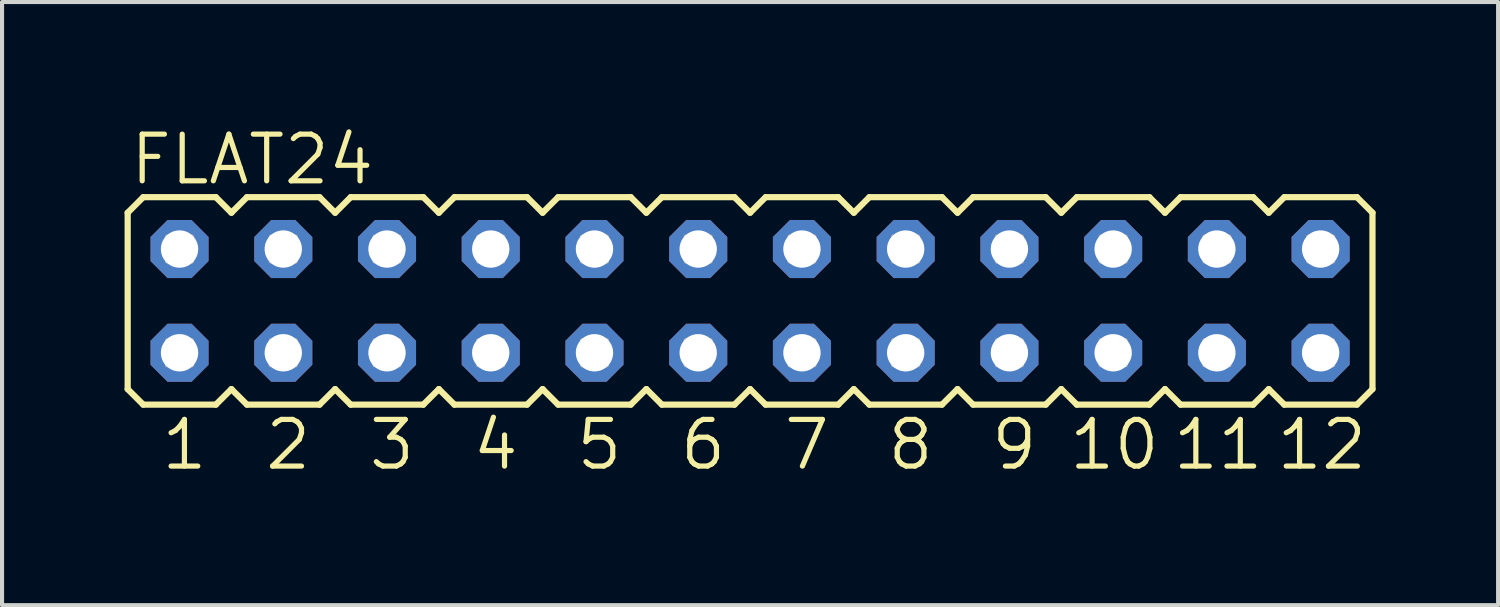
<source format=kicad_pcb>
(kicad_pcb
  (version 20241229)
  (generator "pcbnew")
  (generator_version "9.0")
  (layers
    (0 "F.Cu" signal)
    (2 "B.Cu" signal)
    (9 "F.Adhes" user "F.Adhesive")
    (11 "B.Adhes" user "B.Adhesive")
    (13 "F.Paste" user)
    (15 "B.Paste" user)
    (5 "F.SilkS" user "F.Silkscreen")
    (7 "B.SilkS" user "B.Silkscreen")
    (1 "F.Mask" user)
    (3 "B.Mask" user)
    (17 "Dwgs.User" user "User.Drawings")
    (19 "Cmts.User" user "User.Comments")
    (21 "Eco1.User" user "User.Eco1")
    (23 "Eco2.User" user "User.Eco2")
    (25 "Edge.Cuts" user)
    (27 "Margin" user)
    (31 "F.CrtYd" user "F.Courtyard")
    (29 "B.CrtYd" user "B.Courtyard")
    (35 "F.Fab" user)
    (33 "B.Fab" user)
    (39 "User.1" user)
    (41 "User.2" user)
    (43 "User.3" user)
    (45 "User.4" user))
  (footprint "FLAT24"
    (layer "F.Cu")
    (at 15.316 4.318)
    (property "Reference" "FLAT24" (at -15.24 -2.794 0) (layer "F.SilkS") (effects (font (size 1.143 1.143) (thickness 0.127)) (justify left bottom)))
    (fp_line (start -15.24 -2.159) (end -14.859 -2.54) (stroke (width 0.152) (type solid)) (layer "F.SilkS"))
    (fp_line (start -15.24 2.159) (end -15.24 -2.159) (stroke (width 0.152) (type solid)) (layer "F.SilkS"))
    (fp_line (start -15.24 2.159) (end -14.859 2.54) (stroke (width 0.152) (type solid)) (layer "F.SilkS"))
    (fp_line (start -14.859 -2.54) (end -13.081 -2.54) (stroke (width 0.152) (type solid)) (layer "F.SilkS"))
    (fp_line (start -14.859 2.54) (end -13.081 2.54) (stroke (width 0.152) (type solid)) (layer "F.SilkS"))
    (fp_line (start -13.081 -2.54) (end -12.7 -2.159) (stroke (width 0.152) (type solid)) (layer "F.SilkS"))
    (fp_line (start -12.7 -2.159) (end -12.319 -2.54) (stroke (width 0.152) (type solid)) (layer "F.SilkS"))
    (fp_line (start -12.7 2.159) (end -13.081 2.54) (stroke (width 0.152) (type solid)) (layer "F.SilkS"))
    (fp_line (start -12.7 2.159) (end -12.319 2.54) (stroke (width 0.152) (type solid)) (layer "F.SilkS"))
    (fp_line (start -12.319 -2.54) (end -10.541 -2.54) (stroke (width 0.152) (type solid)) (layer "F.SilkS"))
    (fp_line (start -10.541 2.54) (end -12.319 2.54) (stroke (width 0.152) (type solid)) (layer "F.SilkS"))
    (fp_line (start -10.16 -2.159) (end -10.541 -2.54) (stroke (width 0.152) (type solid)) (layer "F.SilkS"))
    (fp_line (start -10.16 -2.159) (end -9.779 -2.54) (stroke (width 0.152) (type solid)) (layer "F.SilkS"))
    (fp_line (start -10.16 2.159) (end -10.541 2.54) (stroke (width 0.152) (type solid)) (layer "F.SilkS"))
    (fp_line (start -10.16 2.159) (end -9.779 2.54) (stroke (width 0.152) (type solid)) (layer "F.SilkS"))
    (fp_line (start -9.779 -2.54) (end -8.001 -2.54) (stroke (width 0.152) (type solid)) (layer "F.SilkS"))
    (fp_line (start -8.001 2.54) (end -9.779 2.54) (stroke (width 0.152) (type solid)) (layer "F.SilkS"))
    (fp_line (start -8.001 2.54) (end -7.62 2.159) (stroke (width 0.152) (type solid)) (layer "F.SilkS"))
    (fp_line (start -7.62 -2.159) (end -8.001 -2.54) (stroke (width 0.152) (type solid)) (layer "F.SilkS"))
    (fp_line (start -7.62 -2.159) (end -7.239 -2.54) (stroke (width 0.152) (type solid)) (layer "F.SilkS"))
    (fp_line (start -7.62 2.159) (end -7.239 2.54) (stroke (width 0.152) (type solid)) (layer "F.SilkS"))
    (fp_line (start -7.239 -2.54) (end -5.461 -2.54) (stroke (width 0.152) (type solid)) (layer "F.SilkS"))
    (fp_line (start -5.461 2.54) (end -7.239 2.54) (stroke (width 0.152) (type solid)) (layer "F.SilkS"))
    (fp_line (start -5.461 2.54) (end -5.08 2.159) (stroke (width 0.152) (type solid)) (layer "F.SilkS"))
    (fp_line (start -5.08 -2.159) (end -5.461 -2.54) (stroke (width 0.152) (type solid)) (layer "F.SilkS"))
    (fp_line (start -5.08 -2.159) (end -4.699 -2.54) (stroke (width 0.152) (type solid)) (layer "F.SilkS"))
    (fp_line (start -5.08 2.159) (end -4.699 2.54) (stroke (width 0.152) (type solid)) (layer "F.SilkS"))
    (fp_line (start -4.699 -2.54) (end -2.921 -2.54) (stroke (width 0.152) (type solid)) (layer "F.SilkS"))
    (fp_line (start -2.921 2.54) (end -4.699 2.54) (stroke (width 0.152) (type solid)) (layer "F.SilkS"))
    (fp_line (start -2.921 2.54) (end -2.54 2.159) (stroke (width 0.152) (type solid)) (layer "F.SilkS"))
    (fp_line (start -2.54 -2.159) (end -2.921 -2.54) (stroke (width 0.152) (type solid)) (layer "F.SilkS"))
    (fp_line (start -2.54 -2.159) (end -2.159 -2.54) (stroke (width 0.152) (type solid)) (layer "F.SilkS"))
    (fp_line (start -2.54 2.159) (end -2.159 2.54) (stroke (width 0.152) (type solid)) (layer "F.SilkS"))
    (fp_line (start -2.159 -2.54) (end -0.381 -2.54) (stroke (width 0.152) (type solid)) (layer "F.SilkS"))
    (fp_line (start -0.381 2.54) (end -2.159 2.54) (stroke (width 0.152) (type solid)) (layer "F.SilkS"))
    (fp_line (start -0.381 2.54) (end 0 2.159) (stroke (width 0.152) (type solid)) (layer "F.SilkS"))
    (fp_line (start 0 -2.159) (end -0.381 -2.54) (stroke (width 0.152) (type solid)) (layer "F.SilkS"))
    (fp_line (start 0 -2.159) (end 0.381 -2.54) (stroke (width 0.152) (type solid)) (layer "F.SilkS"))
    (fp_line (start 0 2.159) (end 0.381 2.54) (stroke (width 0.152) (type solid)) (layer "F.SilkS"))
    (fp_line (start 0.381 -2.54) (end 2.159 -2.54) (stroke (width 0.152) (type solid)) (layer "F.SilkS"))
    (fp_line (start 2.159 2.54) (end 0.381 2.54) (stroke (width 0.152) (type solid)) (layer "F.SilkS"))
    (fp_line (start 2.159 2.54) (end 2.54 2.159) (stroke (width 0.152) (type solid)) (layer "F.SilkS"))
    (fp_line (start 2.54 -2.159) (end 2.159 -2.54) (stroke (width 0.152) (type solid)) (layer "F.SilkS"))
    (fp_line (start 2.54 -2.159) (end 2.921 -2.54) (stroke (width 0.152) (type solid)) (layer "F.SilkS"))
    (fp_line (start 2.54 2.159) (end 2.921 2.54) (stroke (width 0.152) (type solid)) (layer "F.SilkS"))
    (fp_line (start 2.921 -2.54) (end 4.699 -2.54) (stroke (width 0.152) (type solid)) (layer "F.SilkS"))
    (fp_line (start 4.699 2.54) (end 2.921 2.54) (stroke (width 0.152) (type solid)) (layer "F.SilkS"))
    (fp_line (start 4.699 2.54) (end 5.08 2.159) (stroke (width 0.152) (type solid)) (layer "F.SilkS"))
    (fp_line (start 5.08 -2.159) (end 4.699 -2.54) (stroke (width 0.152) (type solid)) (layer "F.SilkS"))
    (fp_line (start 5.08 -2.159) (end 5.461 -2.54) (stroke (width 0.152) (type solid)) (layer "F.SilkS"))
    (fp_line (start 5.08 2.159) (end 5.461 2.54) (stroke (width 0.152) (type solid)) (layer "F.SilkS"))
    (fp_line (start 5.461 -2.54) (end 7.239 -2.54) (stroke (width 0.152) (type solid)) (layer "F.SilkS"))
    (fp_line (start 7.239 2.54) (end 5.461 2.54) (stroke (width 0.152) (type solid)) (layer "F.SilkS"))
    (fp_line (start 7.239 2.54) (end 7.62 2.159) (stroke (width 0.152) (type solid)) (layer "F.SilkS"))
    (fp_line (start 7.62 -2.159) (end 7.239 -2.54) (stroke (width 0.152) (type solid)) (layer "F.SilkS"))
    (fp_line (start 7.62 -2.159) (end 8.001 -2.54) (stroke (width 0.152) (type solid)) (layer "F.SilkS"))
    (fp_line (start 7.62 2.159) (end 8.001 2.54) (stroke (width 0.152) (type solid)) (layer "F.SilkS"))
    (fp_line (start 8.001 -2.54) (end 9.779 -2.54) (stroke (width 0.152) (type solid)) (layer "F.SilkS"))
    (fp_line (start 9.779 2.54) (end 8.001 2.54) (stroke (width 0.152) (type solid)) (layer "F.SilkS"))
    (fp_line (start 9.779 2.54) (end 10.16 2.159) (stroke (width 0.152) (type solid)) (layer "F.SilkS"))
    (fp_line (start 10.16 -2.159) (end 9.779 -2.54) (stroke (width 0.152) (type solid)) (layer "F.SilkS"))
    (fp_line (start 10.16 -2.159) (end 10.541 -2.54) (stroke (width 0.152) (type solid)) (layer "F.SilkS"))
    (fp_line (start 10.16 2.159) (end 10.541 2.54) (stroke (width 0.152) (type solid)) (layer "F.SilkS"))
    (fp_line (start 10.541 -2.54) (end 12.319 -2.54) (stroke (width 0.152) (type solid)) (layer "F.SilkS"))
    (fp_line (start 12.319 2.54) (end 10.541 2.54) (stroke (width 0.152) (type solid)) (layer "F.SilkS"))
    (fp_line (start 12.319 2.54) (end 12.7 2.159) (stroke (width 0.152) (type solid)) (layer "F.SilkS"))
    (fp_line (start 12.7 -2.159) (end 12.319 -2.54) (stroke (width 0.152) (type solid)) (layer "F.SilkS"))
    (fp_line (start 12.7 -2.159) (end 13.081 -2.54) (stroke (width 0.152) (type solid)) (layer "F.SilkS"))
    (fp_line (start 12.7 2.159) (end 13.081 2.54) (stroke (width 0.152) (type solid)) (layer "F.SilkS"))
    (fp_line (start 13.081 -2.54) (end 14.859 -2.54) (stroke (width 0.152) (type solid)) (layer "F.SilkS"))
    (fp_line (start 14.859 2.54) (end 13.081 2.54) (stroke (width 0.152) (type solid)) (layer "F.SilkS"))
    (fp_line (start 14.859 2.54) (end 15.24 2.159) (stroke (width 0.152) (type solid)) (layer "F.SilkS"))
    (fp_line (start 15.24 -2.159) (end 14.859 -2.54) (stroke (width 0.152) (type solid)) (layer "F.SilkS"))
    (fp_line (start 15.24 2.159) (end 15.24 -2.159) (stroke (width 0.152) (type solid)) (layer "F.SilkS"))
    (fp_poly (pts (xy -14.275 -0.965) (xy -13.665 -0.965) (xy -13.665 -1.575) (xy -14.275 -1.575)) (stroke (width 0.1) (type default)) (fill no) (layer "F.Fab"))
    (fp_poly (pts (xy -14.275 1.575) (xy -13.665 1.575) (xy -13.665 0.965) (xy -14.275 0.965)) (stroke (width 0.1) (type default)) (fill no) (layer "F.Fab"))
    (fp_poly (pts (xy -11.735 -0.965) (xy -11.125 -0.965) (xy -11.125 -1.575) (xy -11.735 -1.575)) (stroke (width 0.1) (type default)) (fill no) (layer "F.Fab"))
    (fp_poly (pts (xy -11.735 1.575) (xy -11.125 1.575) (xy -11.125 0.965) (xy -11.735 0.965)) (stroke (width 0.1) (type default)) (fill no) (layer "F.Fab"))
    (fp_poly (pts (xy -9.195 -0.965) (xy -8.585 -0.965) (xy -8.585 -1.575) (xy -9.195 -1.575)) (stroke (width 0.1) (type default)) (fill no) (layer "F.Fab"))
    (fp_poly (pts (xy -9.195 1.575) (xy -8.585 1.575) (xy -8.585 0.965) (xy -9.195 0.965)) (stroke (width 0.1) (type default)) (fill no) (layer "F.Fab"))
    (fp_poly (pts (xy -6.655 -0.965) (xy -6.045 -0.965) (xy -6.045 -1.575) (xy -6.655 -1.575)) (stroke (width 0.1) (type default)) (fill no) (layer "F.Fab"))
    (fp_poly (pts (xy -6.655 1.575) (xy -6.045 1.575) (xy -6.045 0.965) (xy -6.655 0.965)) (stroke (width 0.1) (type default)) (fill no) (layer "F.Fab"))
    (fp_poly (pts (xy -4.115 -0.965) (xy -3.505 -0.965) (xy -3.505 -1.575) (xy -4.115 -1.575)) (stroke (width 0.1) (type default)) (fill no) (layer "F.Fab"))
    (fp_poly (pts (xy -4.115 1.575) (xy -3.505 1.575) (xy -3.505 0.965) (xy -4.115 0.965)) (stroke (width 0.1) (type default)) (fill no) (layer "F.Fab"))
    (fp_poly (pts (xy -1.575 -0.965) (xy -0.965 -0.965) (xy -0.965 -1.575) (xy -1.575 -1.575)) (stroke (width 0.1) (type default)) (fill no) (layer "F.Fab"))
    (fp_poly (pts (xy -1.575 1.575) (xy -0.965 1.575) (xy -0.965 0.965) (xy -1.575 0.965)) (stroke (width 0.1) (type default)) (fill no) (layer "F.Fab"))
    (fp_poly (pts (xy 0.965 -0.965) (xy 1.575 -0.965) (xy 1.575 -1.575) (xy 0.965 -1.575)) (stroke (width 0.1) (type default)) (fill no) (layer "F.Fab"))
    (fp_poly (pts (xy 0.965 1.575) (xy 1.575 1.575) (xy 1.575 0.965) (xy 0.965 0.965)) (stroke (width 0.1) (type default)) (fill no) (layer "F.Fab"))
    (fp_poly (pts (xy 3.505 -0.965) (xy 4.115 -0.965) (xy 4.115 -1.575) (xy 3.505 -1.575)) (stroke (width 0.1) (type default)) (fill no) (layer "F.Fab"))
    (fp_poly (pts (xy 3.505 1.575) (xy 4.115 1.575) (xy 4.115 0.965) (xy 3.505 0.965)) (stroke (width 0.1) (type default)) (fill no) (layer "F.Fab"))
    (fp_poly (pts (xy 6.045 -0.965) (xy 6.655 -0.965) (xy 6.655 -1.575) (xy 6.045 -1.575)) (stroke (width 0.1) (type default)) (fill no) (layer "F.Fab"))
    (fp_poly (pts (xy 6.045 1.575) (xy 6.655 1.575) (xy 6.655 0.965) (xy 6.045 0.965)) (stroke (width 0.1) (type default)) (fill no) (layer "F.Fab"))
    (fp_poly (pts (xy 8.585 -0.965) (xy 9.195 -0.965) (xy 9.195 -1.575) (xy 8.585 -1.575)) (stroke (width 0.1) (type default)) (fill no) (layer "F.Fab"))
    (fp_poly (pts (xy 8.585 1.575) (xy 9.195 1.575) (xy 9.195 0.965) (xy 8.585 0.965)) (stroke (width 0.1) (type default)) (fill no) (layer "F.Fab"))
    (fp_poly (pts (xy 11.125 -0.965) (xy 11.735 -0.965) (xy 11.735 -1.575) (xy 11.125 -1.575)) (stroke (width 0.1) (type default)) (fill no) (layer "F.Fab"))
    (fp_poly (pts (xy 11.125 1.575) (xy 11.735 1.575) (xy 11.735 0.965) (xy 11.125 0.965)) (stroke (width 0.1) (type default)) (fill no) (layer "F.Fab"))
    (fp_poly (pts (xy 13.665 -0.965) (xy 14.275 -0.965) (xy 14.275 -1.575) (xy 13.665 -1.575)) (stroke (width 0.1) (type default)) (fill no) (layer "F.Fab"))
    (fp_poly (pts (xy 13.665 1.575) (xy 14.275 1.575) (xy 14.275 0.965) (xy 13.665 0.965)) (stroke (width 0.1) (type default)) (fill no) (layer "F.Fab"))
    (fp_text user "3" (at -9.398 4.191 0) (layer "F.SilkS") (effects (font (size 1.143 1.143) (thickness 0.127)) (justify left bottom)))
    (fp_text user "5" (at -4.318 4.191 0) (layer "F.SilkS") (effects (font (size 1.143 1.143) (thickness 0.127)) (justify left bottom)))
    (fp_text user "6" (at -1.778 4.191 0) (layer "F.SilkS") (effects (font (size 1.143 1.143) (thickness 0.127)) (justify left bottom)))
    (fp_text user "12" (at 12.827 4.191 0) (layer "F.SilkS") (effects (font (size 1.143 1.143) (thickness 0.127)) (justify left bottom)))
    (fp_text user "11" (at 10.287 4.191 0) (layer "F.SilkS") (effects (font (size 1.143 1.143) (thickness 0.127)) (justify left bottom)))
    (fp_text user "7" (at 0.762 4.191 0) (layer "F.SilkS") (effects (font (size 1.143 1.143) (thickness 0.127)) (justify left bottom)))
    (fp_text user "8" (at 3.302 4.191 0) (layer "F.SilkS") (effects (font (size 1.143 1.143) (thickness 0.127)) (justify left bottom)))
    (fp_text user "2" (at -11.938 4.191 0) (layer "F.SilkS") (effects (font (size 1.143 1.143) (thickness 0.127)) (justify left bottom)))
    (fp_text user "1" (at -14.478 4.191 0) (layer "F.SilkS") (effects (font (size 1.143 1.143) (thickness 0.127)) (justify left bottom)))
    (fp_text user "10" (at 7.747 4.191 0) (layer "F.SilkS") (effects (font (size 1.143 1.143) (thickness 0.127)) (justify left bottom)))
    (fp_text user "4" (at -6.858 4.191 0) (layer "F.SilkS") (effects (font (size 1.143 1.143) (thickness 0.127)) (justify left bottom)))
    (fp_text user "9" (at 5.842 4.191 0) (layer "F.SilkS") (effects (font (size 1.143 1.143) (thickness 0.127)) (justify left bottom)))
    (pad "1" thru_hole roundrect (at -13.97 1.27) (size 1.422 1.422) (drill 0.914) (layers "*.Cu" "*.Mask") (roundrect_rratio 0.25) (chamfer_ratio 0.293) (chamfer top_left top_right bottom_left bottom_right))
    (pad "2" thru_hole roundrect (at -11.43 1.27) (size 1.422 1.422) (drill 0.914) (layers "*.Cu" "*.Mask") (roundrect_rratio 0.25) (chamfer_ratio 0.293) (chamfer top_left top_right bottom_left bottom_right))
    (pad "3" thru_hole roundrect (at -8.89 1.27) (size 1.422 1.422) (drill 0.914) (layers "*.Cu" "*.Mask") (roundrect_rratio 0.25) (chamfer_ratio 0.293) (chamfer top_left top_right bottom_left bottom_right))
    (pad "4" thru_hole roundrect (at -6.35 1.27) (size 1.422 1.422) (drill 0.914) (layers "*.Cu" "*.Mask") (roundrect_rratio 0.25) (chamfer_ratio 0.293) (chamfer top_left top_right bottom_left bottom_right))
    (pad "5" thru_hole roundrect (at -3.81 1.27) (size 1.422 1.422) (drill 0.914) (layers "*.Cu" "*.Mask") (roundrect_rratio 0.25) (chamfer_ratio 0.293) (chamfer top_left top_right bottom_left bottom_right))
    (pad "6" thru_hole roundrect (at -1.27 1.27) (size 1.422 1.422) (drill 0.914) (layers "*.Cu" "*.Mask") (roundrect_rratio 0.25) (chamfer_ratio 0.293) (chamfer top_left top_right bottom_left bottom_right))
    (pad "7" thru_hole roundrect (at 1.27 1.27) (size 1.422 1.422) (drill 0.914) (layers "*.Cu" "*.Mask") (roundrect_rratio 0.25) (chamfer_ratio 0.293) (chamfer top_left top_right bottom_left bottom_right))
    (pad "8" thru_hole roundrect (at 3.81 1.27) (size 1.422 1.422) (drill 0.914) (layers "*.Cu" "*.Mask") (roundrect_rratio 0.25) (chamfer_ratio 0.293) (chamfer top_left top_right bottom_left bottom_right))
    (pad "9" thru_hole roundrect (at 6.35 1.27) (size 1.422 1.422) (drill 0.914) (layers "*.Cu" "*.Mask") (roundrect_rratio 0.25) (chamfer_ratio 0.293) (chamfer top_left top_right bottom_left bottom_right))
    (pad "10" thru_hole roundrect (at 8.89 1.27) (size 1.422 1.422) (drill 0.914) (layers "*.Cu" "*.Mask") (roundrect_rratio 0.25) (chamfer_ratio 0.293) (chamfer top_left top_right bottom_left bottom_right))
    (pad "11" thru_hole roundrect (at 11.43 1.27) (size 1.422 1.422) (drill 0.914) (layers "*.Cu" "*.Mask") (roundrect_rratio 0.25) (chamfer_ratio 0.293) (chamfer top_left top_right bottom_left bottom_right))
    (pad "12" thru_hole roundrect (at 13.97 1.27) (size 1.422 1.422) (drill 0.914) (layers "*.Cu" "*.Mask") (roundrect_rratio 0.25) (chamfer_ratio 0.293) (chamfer top_left top_right bottom_left bottom_right))
    (pad "A" thru_hole roundrect (at -13.97 -1.27) (size 1.422 1.422) (drill 0.914) (layers "*.Cu" "*.Mask") (roundrect_rratio 0.25) (chamfer_ratio 0.293) (chamfer top_left top_right bottom_left bottom_right))
    (pad "B" thru_hole roundrect (at -11.43 -1.27) (size 1.422 1.422) (drill 0.914) (layers "*.Cu" "*.Mask") (roundrect_rratio 0.25) (chamfer_ratio 0.293) (chamfer top_left top_right bottom_left bottom_right))
    (pad "C" thru_hole roundrect (at -8.89 -1.27) (size 1.422 1.422) (drill 0.914) (layers "*.Cu" "*.Mask") (roundrect_rratio 0.25) (chamfer_ratio 0.293) (chamfer top_left top_right bottom_left bottom_right))
    (pad "D" thru_hole roundrect (at -6.35 -1.27) (size 1.422 1.422) (drill 0.914) (layers "*.Cu" "*.Mask") (roundrect_rratio 0.25) (chamfer_ratio 0.293) (chamfer top_left top_right bottom_left bottom_right))
    (pad "E" thru_hole roundrect (at -3.81 -1.27) (size 1.422 1.422) (drill 0.914) (layers "*.Cu" "*.Mask") (roundrect_rratio 0.25) (chamfer_ratio 0.293) (chamfer top_left top_right bottom_left bottom_right))
    (pad "F" thru_hole roundrect (at -1.27 -1.27) (size 1.422 1.422) (drill 0.914) (layers "*.Cu" "*.Mask") (roundrect_rratio 0.25) (chamfer_ratio 0.293) (chamfer top_left top_right bottom_left bottom_right))
    (pad "H" thru_hole roundrect (at 1.27 -1.27) (size 1.422 1.422) (drill 0.914) (layers "*.Cu" "*.Mask") (roundrect_rratio 0.25) (chamfer_ratio 0.293) (chamfer top_left top_right bottom_left bottom_right))
    (pad "J" thru_hole roundrect (at 3.81 -1.27) (size 1.422 1.422) (drill 0.914) (layers "*.Cu" "*.Mask") (roundrect_rratio 0.25) (chamfer_ratio 0.293) (chamfer top_left top_right bottom_left bottom_right))
    (pad "K" thru_hole roundrect (at 6.35 -1.27) (size 1.422 1.422) (drill 0.914) (layers "*.Cu" "*.Mask") (roundrect_rratio 0.25) (chamfer_ratio 0.293) (chamfer top_left top_right bottom_left bottom_right))
    (pad "L" thru_hole roundrect (at 8.89 -1.27) (size 1.422 1.422) (drill 0.914) (layers "*.Cu" "*.Mask") (roundrect_rratio 0.25) (chamfer_ratio 0.293) (chamfer top_left top_right bottom_left bottom_right))
    (pad "M" thru_hole roundrect (at 11.43 -1.27) (size 1.422 1.422) (drill 0.914) (layers "*.Cu" "*.Mask") (roundrect_rratio 0.25) (chamfer_ratio 0.293) (chamfer top_left top_right bottom_left bottom_right))
    (pad "N" thru_hole roundrect (at 13.97 -1.27) (size 1.422 1.422) (drill 0.914) (layers "*.Cu" "*.Mask") (roundrect_rratio 0.25) (chamfer_ratio 0.293) (chamfer top_left top_right bottom_left bottom_right)))
  (gr_rect
    (start -3 -3)
    (end 33.632 11.768)
    (stroke (width 0.1) (type default))
    (fill no)
    (layer "Edge.Cuts")))
</source>
